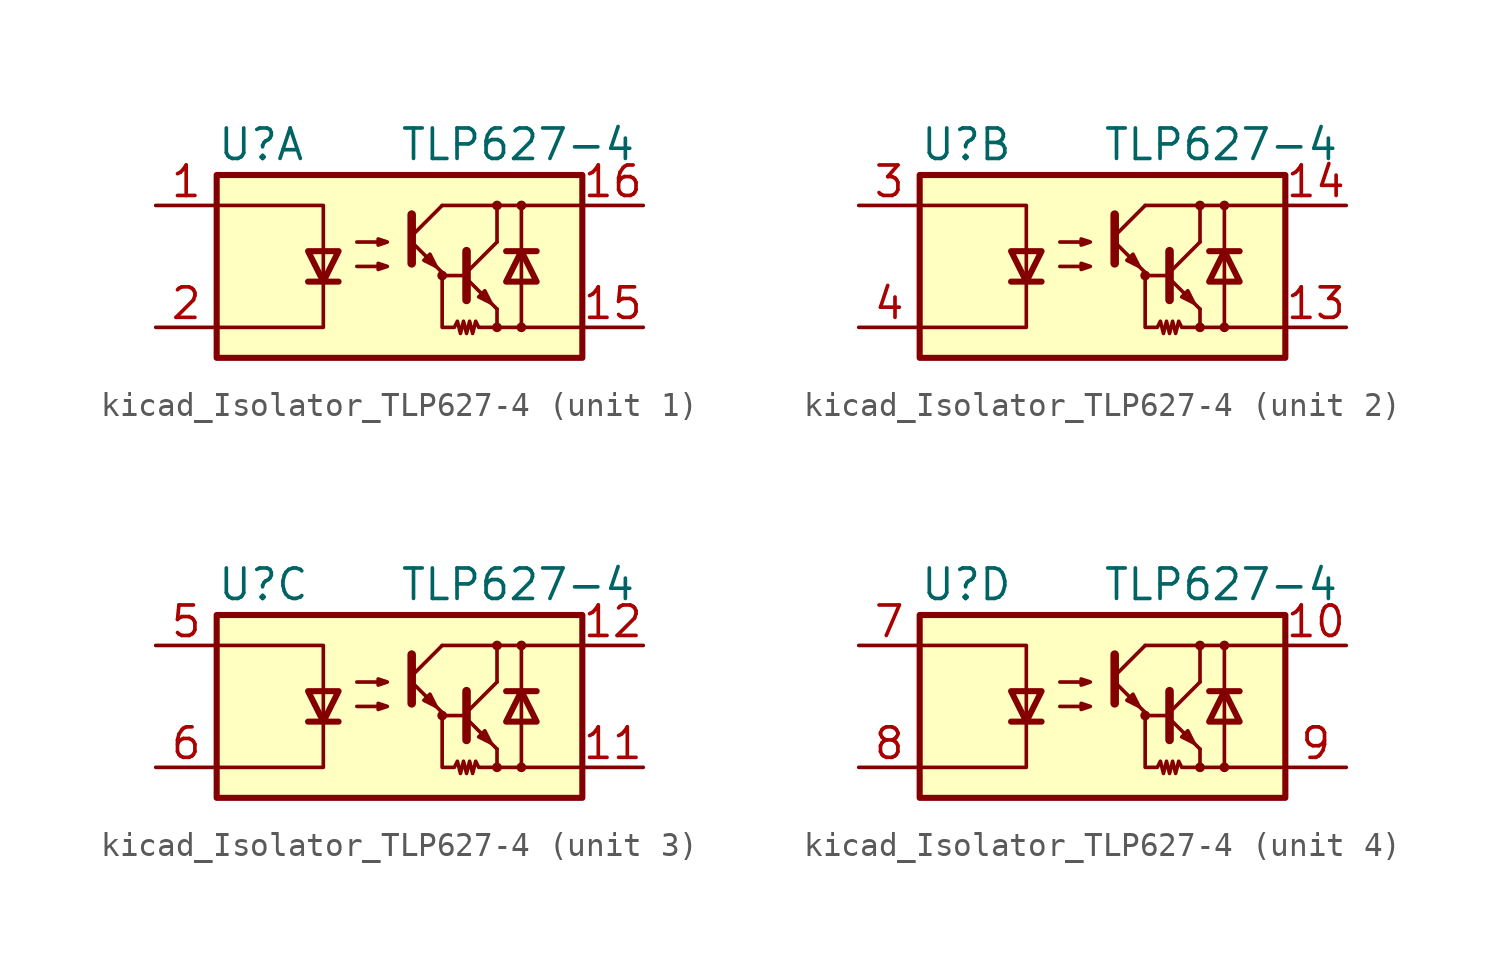
<source format=kicad_sym>
(kicad_symbol_lib
  (version 20220914)
  (generator kicad_symbol_editor)
  (symbol "kicad_Isolator_TLP627-4"
    (pin_names
      (offset 1.016))
    (property "Reference" "U"
      (at -7.62 5.08 0)
      (effects (font (size 1.27 1.27)) (justify left)))
    (property "Value" "TLP627-4"
      (at 0 5.08 0)
      (effects (font (size 1.27 1.27)) (justify left)))
    (symbol "kicad_Isolator_TLP627-4_0_1"
      (rectangle (start -7.62 3.81) (end 7.62 -3.81) (stroke (width 0.254) (type default)) (fill (type background)))
      (polyline (pts (xy -3.81 -0.635) (xy -2.54 -0.635)) (stroke (width 0.254) (type default)) (fill (type none)))
      (polyline (pts (xy 0.508 1.016) (xy 1.778 -0.254)) (stroke (width 0) (type default)) (fill (type none)))
      (polyline (pts (xy 0.508 1.27) (xy 1.778 2.54)) (stroke (width 0) (type default)) (fill (type none)))
      (polyline (pts (xy 0.508 2.159) (xy 0.508 0.127)) (stroke (width 0.356) (type default)) (fill (type none)))
      (polyline (pts (xy 1.778 2.54) (xy 7.62 2.54)) (stroke (width 0) (type default)) (fill (type none)))
      (polyline (pts (xy 2.794 -0.508) (xy 4.064 -1.778)) (stroke (width 0) (type default)) (fill (type none)))
      (polyline (pts (xy 2.794 -0.381) (xy 1.778 -0.381)) (stroke (width 0) (type default)) (fill (type none)))
      (polyline (pts (xy 2.794 -0.254) (xy 4.064 1.016)) (stroke (width 0) (type default)) (fill (type none)))
      (polyline (pts (xy 4.064 -2.54) (xy 7.62 -2.54)) (stroke (width 0) (type default)) (fill (type none)))
      (polyline (pts (xy 4.064 -1.778) (xy 4.064 -2.54)) (stroke (width 0) (type default)) (fill (type none)))
      (polyline (pts (xy 4.064 1.016) (xy 4.064 2.54)) (stroke (width 0) (type default)) (fill (type none)))
      (polyline (pts (xy 4.445 0.635) (xy 5.715 0.635)) (stroke (width 0.254) (type default)) (fill (type none)))
      (polyline (pts (xy 5.08 0.635) (xy 5.08 -2.54)) (stroke (width 0) (type default)) (fill (type none)))
      (polyline (pts (xy 5.08 0.635) (xy 5.08 2.54)) (stroke (width 0) (type default)) (fill (type none)))
      (polyline (pts (xy -7.62 2.54) (xy -3.175 2.54) (xy -3.175 -0.635)) (stroke (width 0) (type default)) (fill (type none)))
      (polyline (pts (xy -3.175 -0.635) (xy -3.175 -2.54) (xy -7.62 -2.54)) (stroke (width 0) (type default)) (fill (type none)))
      (polyline (pts (xy 2.794 0.635) (xy 2.794 -1.397) (xy 2.794 -1.397)) (stroke (width 0.356) (type default)) (fill (type none)))
      (polyline (pts (xy -3.175 -0.635) (xy -3.81 0.635) (xy -2.54 0.635) (xy -3.175 -0.635)) (stroke (width 0.254) (type default)) (fill (type none)))
      (polyline (pts (xy 1.524 0) (xy 1.27 0.508) (xy 1.016 0.254) (xy 1.524 0)) (stroke (width 0) (type default)) (fill (type none)))
      (polyline (pts (xy 3.81 -1.524) (xy 3.556 -1.016) (xy 3.302 -1.27) (xy 3.81 -1.524)) (stroke (width 0) (type default)) (fill (type none)))
      (polyline (pts (xy 5.08 0.635) (xy 4.445 -0.635) (xy 5.715 -0.635) (xy 5.08 0.635)) (stroke (width 0.254) (type default)) (fill (type none)))
      (polyline (pts (xy -1.778 0) (xy -0.508 0) (xy -0.889 -0.127) (xy -0.889 0.127) (xy -0.508 0)) (stroke (width 0) (type default)) (fill (type none)))
      (polyline (pts (xy -1.778 1.016) (xy -0.508 1.016) (xy -0.889 0.889) (xy -0.889 1.143) (xy -0.508 1.016)) (stroke (width 0) (type default)) (fill (type none)))
      (polyline (pts (xy 1.778 -0.254) (xy 1.778 -2.54) (xy 2.286 -2.54) (xy 2.413 -2.286) (xy 2.54 -2.794) (xy 2.667 -2.286) (xy 2.794 -2.794) (xy 2.921 -2.286) (xy 3.048 -2.794) (xy 3.175 -2.286) (xy 3.302 -2.54) (xy 4.064 -2.54)) (stroke (width 0) (type default)) (fill (type none)))
      (circle (center 1.778 -0.381) (radius 0.127) (stroke (width 0) (type default)) (fill (type none)))
      (circle (center 4.064 -2.54) (radius 0.127) (stroke (width 0) (type default)) (fill (type none)))
      (circle (center 4.064 2.54) (radius 0.127) (stroke (width 0) (type default)) (fill (type none)))
      (circle (center 5.08 -2.54) (radius 0.127) (stroke (width 0) (type default)) (fill (type none)))
      (circle (center 5.08 2.54) (radius 0.127) (stroke (width 0) (type default)) (fill (type none))))
    (symbol "kicad_Isolator_TLP627-4_1_1"
      (pin passive line (at -10.16 2.54 0) (length 2.54) (name "~" (effects (font (size 1.27 1.27)))) (number "1" (effects (font (size 1.27 1.27)))))
      (pin passive line (at 10.16 -2.54 180) (length 2.54) (name "~" (effects (font (size 1.27 1.27)))) (number "15" (effects (font (size 1.27 1.27)))))
      (pin passive line (at 10.16 2.54 180) (length 2.54) (name "~" (effects (font (size 1.27 1.27)))) (number "16" (effects (font (size 1.27 1.27)))))
      (pin passive line (at -10.16 -2.54 0) (length 2.54) (name "~" (effects (font (size 1.27 1.27)))) (number "2" (effects (font (size 1.27 1.27))))))
    (symbol "kicad_Isolator_TLP627-4_2_1"
      (pin passive line (at 10.16 -2.54 180) (length 2.54) (name "~" (effects (font (size 1.27 1.27)))) (number "13" (effects (font (size 1.27 1.27)))))
      (pin passive line (at 10.16 2.54 180) (length 2.54) (name "~" (effects (font (size 1.27 1.27)))) (number "14" (effects (font (size 1.27 1.27)))))
      (pin passive line (at -10.16 2.54 0) (length 2.54) (name "~" (effects (font (size 1.27 1.27)))) (number "3" (effects (font (size 1.27 1.27)))))
      (pin passive line (at -10.16 -2.54 0) (length 2.54) (name "~" (effects (font (size 1.27 1.27)))) (number "4" (effects (font (size 1.27 1.27))))))
    (symbol "kicad_Isolator_TLP627-4_3_1"
      (pin passive line (at 10.16 -2.54 180) (length 2.54) (name "~" (effects (font (size 1.27 1.27)))) (number "11" (effects (font (size 1.27 1.27)))))
      (pin passive line (at 10.16 2.54 180) (length 2.54) (name "~" (effects (font (size 1.27 1.27)))) (number "12" (effects (font (size 1.27 1.27)))))
      (pin passive line (at -10.16 2.54 0) (length 2.54) (name "~" (effects (font (size 1.27 1.27)))) (number "5" (effects (font (size 1.27 1.27)))))
      (pin passive line (at -10.16 -2.54 0) (length 2.54) (name "~" (effects (font (size 1.27 1.27)))) (number "6" (effects (font (size 1.27 1.27))))))
    (symbol "kicad_Isolator_TLP627-4_4_1"
      (pin passive line (at 10.16 2.54 180) (length 2.54) (name "~" (effects (font (size 1.27 1.27)))) (number "10" (effects (font (size 1.27 1.27)))))
      (pin passive line (at -10.16 2.54 0) (length 2.54) (name "~" (effects (font (size 1.27 1.27)))) (number "7" (effects (font (size 1.27 1.27)))))
      (pin passive line (at -10.16 -2.54 0) (length 2.54) (name "~" (effects (font (size 1.27 1.27)))) (number "8" (effects (font (size 1.27 1.27)))))
      (pin passive line (at 10.16 -2.54 180) (length 2.54) (name "~" (effects (font (size 1.27 1.27)))) (number "9" (effects (font (size 1.27 1.27))))))))
</source>
